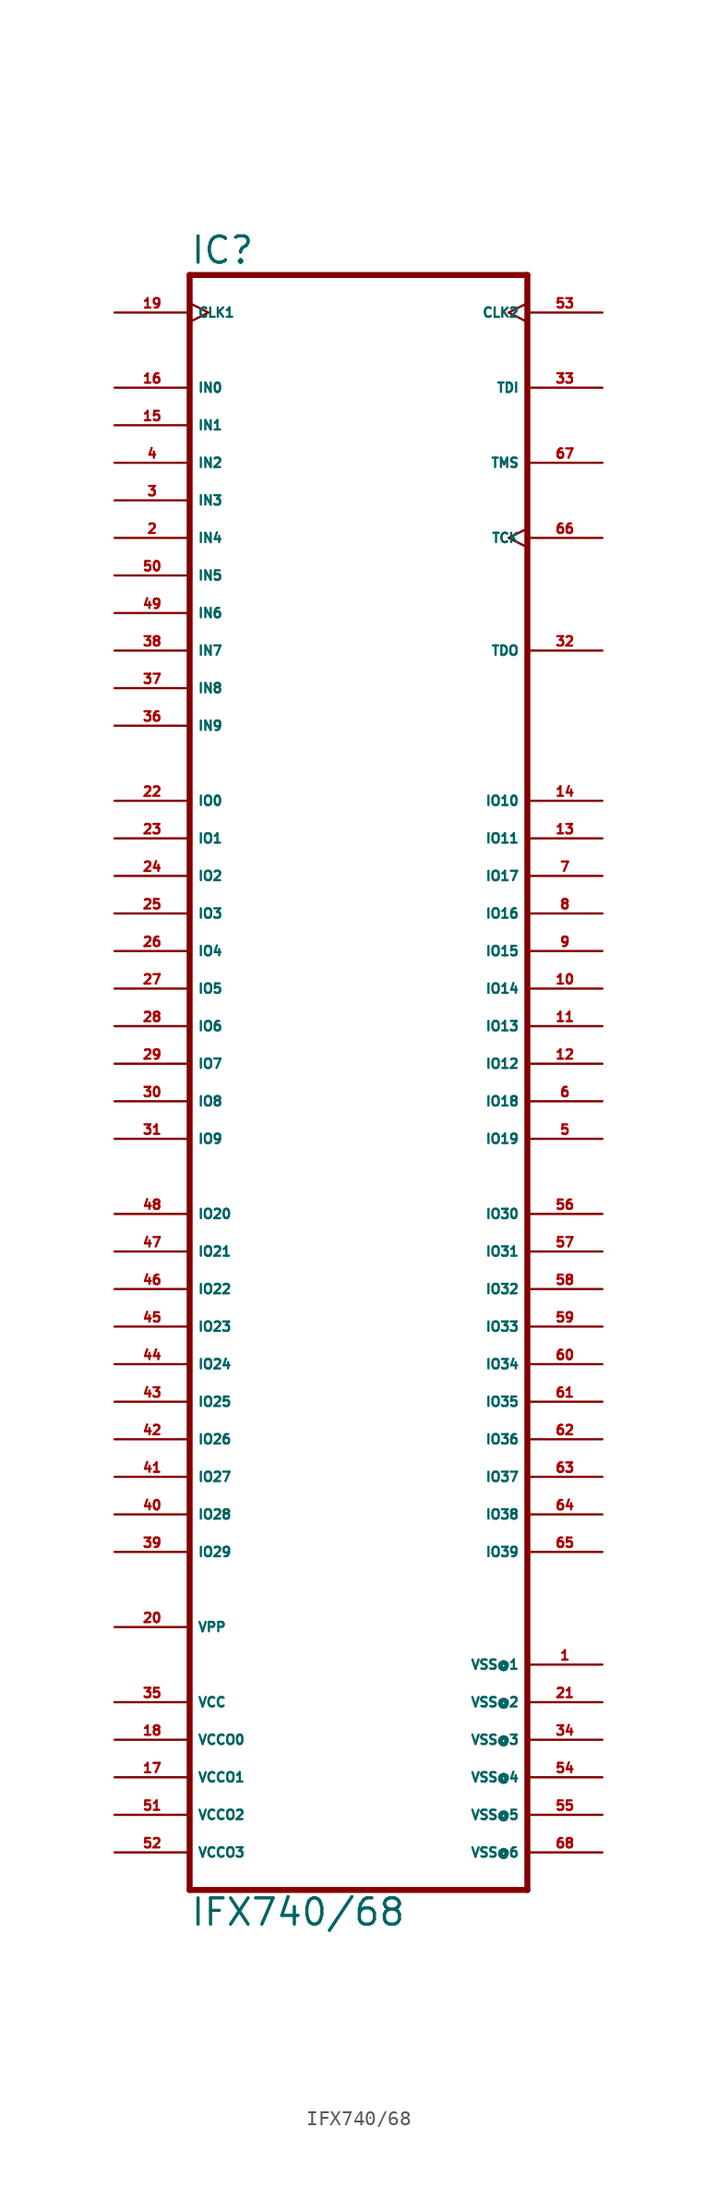
<source format=kicad_sym>
(kicad_symbol_lib
  (version 20220914)
  (generator Eagle2Kicad)
  (symbol "IFX740/68"
    (property "Reference" "IC"
      (at -12.7 56.515 0)
      (effects (font (size 1.778 1.778) (thickness 0.22)) (justify left bottom)))
    (property "Value" "IFX740/68"
      (at -12.7 -55.88 0)
      (effects (font (size 1.778 1.778) (thickness 0.22)) (justify left bottom)))
    (polyline
      (pts (xy -12.7 55.88) (xy -12.7 -53.34))
      (stroke (width 0.406) (type default))
      (fill (type none)))
    (polyline
      (pts (xy 10.16 -53.34) (xy -12.7 -53.34))
      (stroke (width 0.406) (type default))
      (fill (type none)))
    (polyline
      (pts (xy 10.16 -53.34) (xy 10.16 55.88))
      (stroke (width 0.406) (type default))
      (fill (type none)))
    (polyline
      (pts (xy -12.7 55.88) (xy 10.16 55.88))
      (stroke (width 0.406) (type default))
      (fill (type none)))
    (pin unspecified line
      (at -17.78 -43.18 0)
      (length 5.08)
      (name "VCCO0" (effects (font (size 0.635 0.635) (thickness 0.08)) (justify left bottom)))
      (number "18" (effects (font (size 0.635 0.635) (thickness 0.08)) (justify left bottom))))
    (pin unspecified line
      (at -17.78 -45.72 0)
      (length 5.08)
      (name "VCCO1" (effects (font (size 0.635 0.635) (thickness 0.08)) (justify left bottom)))
      (number "17" (effects (font (size 0.635 0.635) (thickness 0.08)) (justify left bottom))))
    (pin unspecified line
      (at -17.78 -48.26 0)
      (length 5.08)
      (name "VCCO2" (effects (font (size 0.635 0.635) (thickness 0.08)) (justify left bottom)))
      (number "51" (effects (font (size 0.635 0.635) (thickness 0.08)) (justify left bottom))))
    (pin unspecified line
      (at 15.24 -38.1 180)
      (length 5.08)
      (name "VSS@1" (effects (font (size 0.635 0.635) (thickness 0.08)) (justify left bottom)))
      (number "1" (effects (font (size 0.635 0.635) (thickness 0.08)) (justify left bottom))))
    (pin unspecified line
      (at 15.24 -40.64 180)
      (length 5.08)
      (name "VSS@2" (effects (font (size 0.635 0.635) (thickness 0.08)) (justify left bottom)))
      (number "21" (effects (font (size 0.635 0.635) (thickness 0.08)) (justify left bottom))))
    (pin unspecified line
      (at 15.24 -43.18 180)
      (length 5.08)
      (name "VSS@3" (effects (font (size 0.635 0.635) (thickness 0.08)) (justify left bottom)))
      (number "34" (effects (font (size 0.635 0.635) (thickness 0.08)) (justify left bottom))))
    (pin unspecified line
      (at 15.24 -45.72 180)
      (length 5.08)
      (name "VSS@4" (effects (font (size 0.635 0.635) (thickness 0.08)) (justify left bottom)))
      (number "54" (effects (font (size 0.635 0.635) (thickness 0.08)) (justify left bottom))))
    (pin input clock
      (at -17.78 53.34 0)
      (length 5.08)
      (name "CLK1" (effects (font (size 0.635 0.635) (thickness 0.08)) (justify left bottom)))
      (number "19" (effects (font (size 0.635 0.635) (thickness 0.08)) (justify left bottom))))
    (pin input clock
      (at 15.24 53.34 180)
      (length 5.08)
      (name "CLK2" (effects (font (size 0.635 0.635) (thickness 0.08)) (justify left bottom)))
      (number "53" (effects (font (size 0.635 0.635) (thickness 0.08)) (justify left bottom))))
    (pin bidirectional line
      (at -17.78 17.78 0)
      (length 5.08)
      (name "IO1" (effects (font (size 0.635 0.635) (thickness 0.08)) (justify left bottom)))
      (number "23" (effects (font (size 0.635 0.635) (thickness 0.08)) (justify left bottom))))
    (pin bidirectional line
      (at -17.78 15.24 0)
      (length 5.08)
      (name "IO2" (effects (font (size 0.635 0.635) (thickness 0.08)) (justify left bottom)))
      (number "24" (effects (font (size 0.635 0.635) (thickness 0.08)) (justify left bottom))))
    (pin bidirectional line
      (at -17.78 12.7 0)
      (length 5.08)
      (name "IO3" (effects (font (size 0.635 0.635) (thickness 0.08)) (justify left bottom)))
      (number "25" (effects (font (size 0.635 0.635) (thickness 0.08)) (justify left bottom))))
    (pin bidirectional line
      (at -17.78 10.16 0)
      (length 5.08)
      (name "IO4" (effects (font (size 0.635 0.635) (thickness 0.08)) (justify left bottom)))
      (number "26" (effects (font (size 0.635 0.635) (thickness 0.08)) (justify left bottom))))
    (pin bidirectional line
      (at -17.78 7.62 0)
      (length 5.08)
      (name "IO5" (effects (font (size 0.635 0.635) (thickness 0.08)) (justify left bottom)))
      (number "27" (effects (font (size 0.635 0.635) (thickness 0.08)) (justify left bottom))))
    (pin bidirectional line
      (at -17.78 5.08 0)
      (length 5.08)
      (name "IO6" (effects (font (size 0.635 0.635) (thickness 0.08)) (justify left bottom)))
      (number "28" (effects (font (size 0.635 0.635) (thickness 0.08)) (justify left bottom))))
    (pin bidirectional line
      (at -17.78 2.54 0)
      (length 5.08)
      (name "IO7" (effects (font (size 0.635 0.635) (thickness 0.08)) (justify left bottom)))
      (number "29" (effects (font (size 0.635 0.635) (thickness 0.08)) (justify left bottom))))
    (pin bidirectional line
      (at -17.78 0 0)
      (length 5.08)
      (name "IO8" (effects (font (size 0.635 0.635) (thickness 0.08)) (justify left bottom)))
      (number "30" (effects (font (size 0.635 0.635) (thickness 0.08)) (justify left bottom))))
    (pin bidirectional line
      (at -17.78 -2.54 0)
      (length 5.08)
      (name "IO9" (effects (font (size 0.635 0.635) (thickness 0.08)) (justify left bottom)))
      (number "31" (effects (font (size 0.635 0.635) (thickness 0.08)) (justify left bottom))))
    (pin bidirectional line
      (at 15.24 20.32 180)
      (length 5.08)
      (name "IO10" (effects (font (size 0.635 0.635) (thickness 0.08)) (justify left bottom)))
      (number "14" (effects (font (size 0.635 0.635) (thickness 0.08)) (justify left bottom))))
    (pin bidirectional line
      (at 15.24 17.78 180)
      (length 5.08)
      (name "IO11" (effects (font (size 0.635 0.635) (thickness 0.08)) (justify left bottom)))
      (number "13" (effects (font (size 0.635 0.635) (thickness 0.08)) (justify left bottom))))
    (pin bidirectional line
      (at 15.24 2.54 180)
      (length 5.08)
      (name "IO12" (effects (font (size 0.635 0.635) (thickness 0.08)) (justify left bottom)))
      (number "12" (effects (font (size 0.635 0.635) (thickness 0.08)) (justify left bottom))))
    (pin bidirectional line
      (at 15.24 5.08 180)
      (length 5.08)
      (name "IO13" (effects (font (size 0.635 0.635) (thickness 0.08)) (justify left bottom)))
      (number "11" (effects (font (size 0.635 0.635) (thickness 0.08)) (justify left bottom))))
    (pin bidirectional line
      (at 15.24 7.62 180)
      (length 5.08)
      (name "IO14" (effects (font (size 0.635 0.635) (thickness 0.08)) (justify left bottom)))
      (number "10" (effects (font (size 0.635 0.635) (thickness 0.08)) (justify left bottom))))
    (pin bidirectional line
      (at 15.24 10.16 180)
      (length 5.08)
      (name "IO15" (effects (font (size 0.635 0.635) (thickness 0.08)) (justify left bottom)))
      (number "9" (effects (font (size 0.635 0.635) (thickness 0.08)) (justify left bottom))))
    (pin bidirectional line
      (at 15.24 12.7 180)
      (length 5.08)
      (name "IO16" (effects (font (size 0.635 0.635) (thickness 0.08)) (justify left bottom)))
      (number "8" (effects (font (size 0.635 0.635) (thickness 0.08)) (justify left bottom))))
    (pin bidirectional line
      (at 15.24 15.24 180)
      (length 5.08)
      (name "IO17" (effects (font (size 0.635 0.635) (thickness 0.08)) (justify left bottom)))
      (number "7" (effects (font (size 0.635 0.635) (thickness 0.08)) (justify left bottom))))
    (pin bidirectional line
      (at 15.24 0 180)
      (length 5.08)
      (name "IO18" (effects (font (size 0.635 0.635) (thickness 0.08)) (justify left bottom)))
      (number "6" (effects (font (size 0.635 0.635) (thickness 0.08)) (justify left bottom))))
    (pin bidirectional line
      (at 15.24 -2.54 180)
      (length 5.08)
      (name "IO19" (effects (font (size 0.635 0.635) (thickness 0.08)) (justify left bottom)))
      (number "5" (effects (font (size 0.635 0.635) (thickness 0.08)) (justify left bottom))))
    (pin bidirectional line
      (at -17.78 -7.62 0)
      (length 5.08)
      (name "IO20" (effects (font (size 0.635 0.635) (thickness 0.08)) (justify left bottom)))
      (number "48" (effects (font (size 0.635 0.635) (thickness 0.08)) (justify left bottom))))
    (pin bidirectional line
      (at -17.78 -10.16 0)
      (length 5.08)
      (name "IO21" (effects (font (size 0.635 0.635) (thickness 0.08)) (justify left bottom)))
      (number "47" (effects (font (size 0.635 0.635) (thickness 0.08)) (justify left bottom))))
    (pin bidirectional line
      (at -17.78 -12.7 0)
      (length 5.08)
      (name "IO22" (effects (font (size 0.635 0.635) (thickness 0.08)) (justify left bottom)))
      (number "46" (effects (font (size 0.635 0.635) (thickness 0.08)) (justify left bottom))))
    (pin bidirectional line
      (at -17.78 -15.24 0)
      (length 5.08)
      (name "IO23" (effects (font (size 0.635 0.635) (thickness 0.08)) (justify left bottom)))
      (number "45" (effects (font (size 0.635 0.635) (thickness 0.08)) (justify left bottom))))
    (pin bidirectional line
      (at -17.78 -17.78 0)
      (length 5.08)
      (name "IO24" (effects (font (size 0.635 0.635) (thickness 0.08)) (justify left bottom)))
      (number "44" (effects (font (size 0.635 0.635) (thickness 0.08)) (justify left bottom))))
    (pin bidirectional line
      (at -17.78 -20.32 0)
      (length 5.08)
      (name "IO25" (effects (font (size 0.635 0.635) (thickness 0.08)) (justify left bottom)))
      (number "43" (effects (font (size 0.635 0.635) (thickness 0.08)) (justify left bottom))))
    (pin bidirectional line
      (at -17.78 -22.86 0)
      (length 5.08)
      (name "IO26" (effects (font (size 0.635 0.635) (thickness 0.08)) (justify left bottom)))
      (number "42" (effects (font (size 0.635 0.635) (thickness 0.08)) (justify left bottom))))
    (pin bidirectional line
      (at -17.78 -25.4 0)
      (length 5.08)
      (name "IO27" (effects (font (size 0.635 0.635) (thickness 0.08)) (justify left bottom)))
      (number "41" (effects (font (size 0.635 0.635) (thickness 0.08)) (justify left bottom))))
    (pin bidirectional line
      (at -17.78 -27.94 0)
      (length 5.08)
      (name "IO28" (effects (font (size 0.635 0.635) (thickness 0.08)) (justify left bottom)))
      (number "40" (effects (font (size 0.635 0.635) (thickness 0.08)) (justify left bottom))))
    (pin bidirectional line
      (at -17.78 -30.48 0)
      (length 5.08)
      (name "IO29" (effects (font (size 0.635 0.635) (thickness 0.08)) (justify left bottom)))
      (number "39" (effects (font (size 0.635 0.635) (thickness 0.08)) (justify left bottom))))
    (pin bidirectional line
      (at 15.24 -7.62 180)
      (length 5.08)
      (name "IO30" (effects (font (size 0.635 0.635) (thickness 0.08)) (justify left bottom)))
      (number "56" (effects (font (size 0.635 0.635) (thickness 0.08)) (justify left bottom))))
    (pin bidirectional line
      (at 15.24 -10.16 180)
      (length 5.08)
      (name "IO31" (effects (font (size 0.635 0.635) (thickness 0.08)) (justify left bottom)))
      (number "57" (effects (font (size 0.635 0.635) (thickness 0.08)) (justify left bottom))))
    (pin bidirectional line
      (at 15.24 -12.7 180)
      (length 5.08)
      (name "IO32" (effects (font (size 0.635 0.635) (thickness 0.08)) (justify left bottom)))
      (number "58" (effects (font (size 0.635 0.635) (thickness 0.08)) (justify left bottom))))
    (pin bidirectional line
      (at 15.24 -15.24 180)
      (length 5.08)
      (name "IO33" (effects (font (size 0.635 0.635) (thickness 0.08)) (justify left bottom)))
      (number "59" (effects (font (size 0.635 0.635) (thickness 0.08)) (justify left bottom))))
    (pin bidirectional line
      (at 15.24 -17.78 180)
      (length 5.08)
      (name "IO34" (effects (font (size 0.635 0.635) (thickness 0.08)) (justify left bottom)))
      (number "60" (effects (font (size 0.635 0.635) (thickness 0.08)) (justify left bottom))))
    (pin bidirectional line
      (at 15.24 -20.32 180)
      (length 5.08)
      (name "IO35" (effects (font (size 0.635 0.635) (thickness 0.08)) (justify left bottom)))
      (number "61" (effects (font (size 0.635 0.635) (thickness 0.08)) (justify left bottom))))
    (pin bidirectional line
      (at 15.24 -22.86 180)
      (length 5.08)
      (name "IO36" (effects (font (size 0.635 0.635) (thickness 0.08)) (justify left bottom)))
      (number "62" (effects (font (size 0.635 0.635) (thickness 0.08)) (justify left bottom))))
    (pin bidirectional line
      (at 15.24 -25.4 180)
      (length 5.08)
      (name "IO37" (effects (font (size 0.635 0.635) (thickness 0.08)) (justify left bottom)))
      (number "63" (effects (font (size 0.635 0.635) (thickness 0.08)) (justify left bottom))))
    (pin bidirectional line
      (at 15.24 -27.94 180)
      (length 5.08)
      (name "IO38" (effects (font (size 0.635 0.635) (thickness 0.08)) (justify left bottom)))
      (number "64" (effects (font (size 0.635 0.635) (thickness 0.08)) (justify left bottom))))
    (pin bidirectional line
      (at 15.24 -30.48 180)
      (length 5.08)
      (name "IO39" (effects (font (size 0.635 0.635) (thickness 0.08)) (justify left bottom)))
      (number "65" (effects (font (size 0.635 0.635) (thickness 0.08)) (justify left bottom))))
    (pin bidirectional line
      (at -17.78 20.32 0)
      (length 5.08)
      (name "IO0" (effects (font (size 0.635 0.635) (thickness 0.08)) (justify left bottom)))
      (number "22" (effects (font (size 0.635 0.635) (thickness 0.08)) (justify left bottom))))
    (pin unspecified line
      (at -17.78 -35.56 0)
      (length 5.08)
      (name "VPP" (effects (font (size 0.635 0.635) (thickness 0.08)) (justify left bottom)))
      (number "20" (effects (font (size 0.635 0.635) (thickness 0.08)) (justify left bottom))))
    (pin input line
      (at 15.24 48.26 180)
      (length 5.08)
      (name "TDI" (effects (font (size 0.635 0.635) (thickness 0.08)) (justify left bottom)))
      (number "33" (effects (font (size 0.635 0.635) (thickness 0.08)) (justify left bottom))))
    (pin output line
      (at 15.24 30.48 180)
      (length 5.08)
      (name "TDO" (effects (font (size 0.635 0.635) (thickness 0.08)) (justify left bottom)))
      (number "32" (effects (font (size 0.635 0.635) (thickness 0.08)) (justify left bottom))))
    (pin input clock
      (at 15.24 38.1 180)
      (length 5.08)
      (name "TCK" (effects (font (size 0.635 0.635) (thickness 0.08)) (justify left bottom)))
      (number "66" (effects (font (size 0.635 0.635) (thickness 0.08)) (justify left bottom))))
    (pin input line
      (at 15.24 43.18 180)
      (length 5.08)
      (name "TMS" (effects (font (size 0.635 0.635) (thickness 0.08)) (justify left bottom)))
      (number "67" (effects (font (size 0.635 0.635) (thickness 0.08)) (justify left bottom))))
    (pin input line
      (at -17.78 48.26 0)
      (length 5.08)
      (name "IN0" (effects (font (size 0.635 0.635) (thickness 0.08)) (justify left bottom)))
      (number "16" (effects (font (size 0.635 0.635) (thickness 0.08)) (justify left bottom))))
    (pin input line
      (at -17.78 45.72 0)
      (length 5.08)
      (name "IN1" (effects (font (size 0.635 0.635) (thickness 0.08)) (justify left bottom)))
      (number "15" (effects (font (size 0.635 0.635) (thickness 0.08)) (justify left bottom))))
    (pin input line
      (at -17.78 43.18 0)
      (length 5.08)
      (name "IN2" (effects (font (size 0.635 0.635) (thickness 0.08)) (justify left bottom)))
      (number "4" (effects (font (size 0.635 0.635) (thickness 0.08)) (justify left bottom))))
    (pin input line
      (at -17.78 40.64 0)
      (length 5.08)
      (name "IN3" (effects (font (size 0.635 0.635) (thickness 0.08)) (justify left bottom)))
      (number "3" (effects (font (size 0.635 0.635) (thickness 0.08)) (justify left bottom))))
    (pin input line
      (at -17.78 38.1 0)
      (length 5.08)
      (name "IN4" (effects (font (size 0.635 0.635) (thickness 0.08)) (justify left bottom)))
      (number "2" (effects (font (size 0.635 0.635) (thickness 0.08)) (justify left bottom))))
    (pin input line
      (at -17.78 35.56 0)
      (length 5.08)
      (name "IN5" (effects (font (size 0.635 0.635) (thickness 0.08)) (justify left bottom)))
      (number "50" (effects (font (size 0.635 0.635) (thickness 0.08)) (justify left bottom))))
    (pin input line
      (at -17.78 33.02 0)
      (length 5.08)
      (name "IN6" (effects (font (size 0.635 0.635) (thickness 0.08)) (justify left bottom)))
      (number "49" (effects (font (size 0.635 0.635) (thickness 0.08)) (justify left bottom))))
    (pin input line
      (at -17.78 30.48 0)
      (length 5.08)
      (name "IN7" (effects (font (size 0.635 0.635) (thickness 0.08)) (justify left bottom)))
      (number "38" (effects (font (size 0.635 0.635) (thickness 0.08)) (justify left bottom))))
    (pin input line
      (at -17.78 27.94 0)
      (length 5.08)
      (name "IN8" (effects (font (size 0.635 0.635) (thickness 0.08)) (justify left bottom)))
      (number "37" (effects (font (size 0.635 0.635) (thickness 0.08)) (justify left bottom))))
    (pin input line
      (at -17.78 25.4 0)
      (length 5.08)
      (name "IN9" (effects (font (size 0.635 0.635) (thickness 0.08)) (justify left bottom)))
      (number "36" (effects (font (size 0.635 0.635) (thickness 0.08)) (justify left bottom))))
    (pin unspecified line
      (at -17.78 -50.8 0)
      (length 5.08)
      (name "VCCO3" (effects (font (size 0.635 0.635) (thickness 0.08)) (justify left bottom)))
      (number "52" (effects (font (size 0.635 0.635) (thickness 0.08)) (justify left bottom))))
    (pin unspecified line
      (at -17.78 -40.64 0)
      (length 5.08)
      (name "VCC" (effects (font (size 0.635 0.635) (thickness 0.08)) (justify left bottom)))
      (number "35" (effects (font (size 0.635 0.635) (thickness 0.08)) (justify left bottom))))
    (pin unspecified line
      (at 15.24 -48.26 180)
      (length 5.08)
      (name "VSS@5" (effects (font (size 0.635 0.635) (thickness 0.08)) (justify left bottom)))
      (number "55" (effects (font (size 0.635 0.635) (thickness 0.08)) (justify left bottom))))
    (pin unspecified line
      (at 15.24 -50.8 180)
      (length 5.08)
      (name "VSS@6" (effects (font (size 0.635 0.635) (thickness 0.08)) (justify left bottom)))
      (number "68" (effects (font (size 0.635 0.635) (thickness 0.08)) (justify left bottom))))))
</source>
